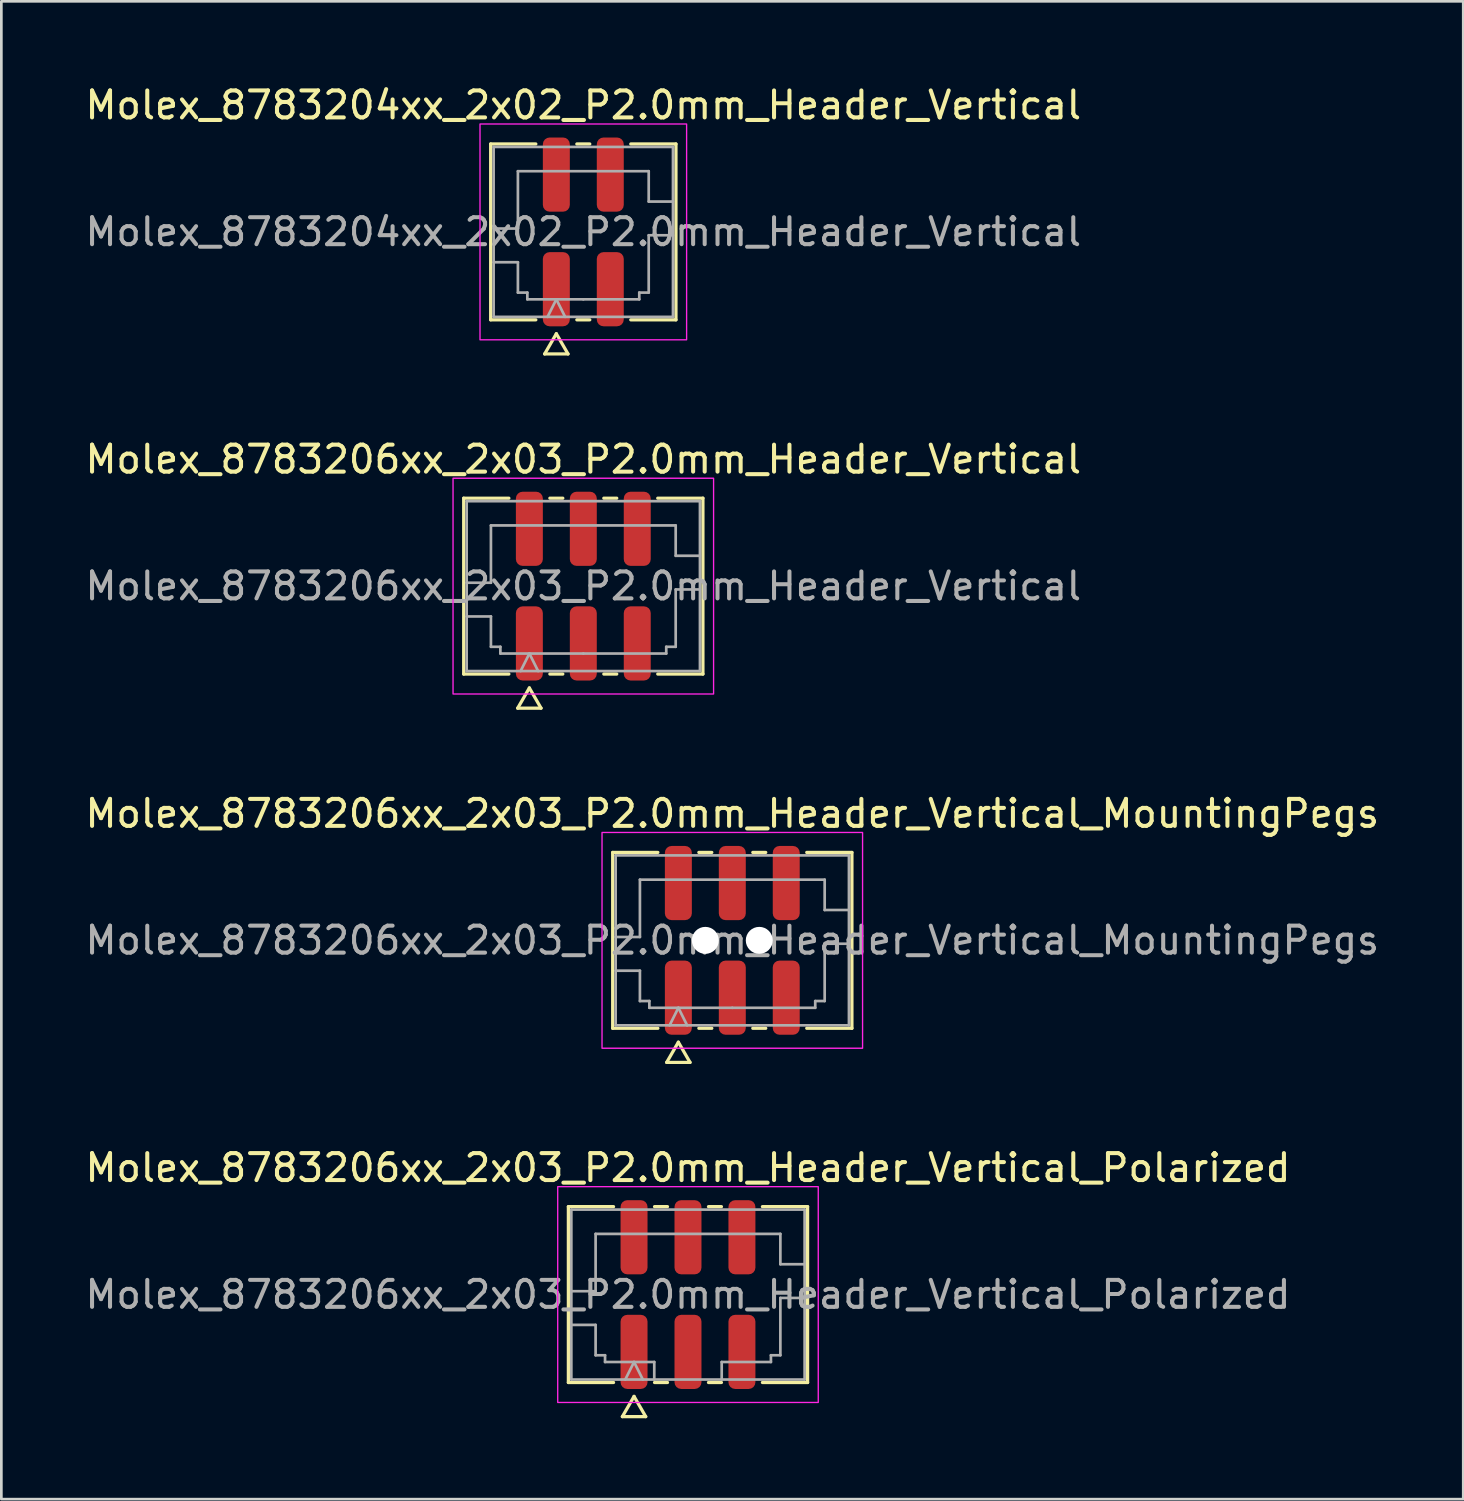
<source format=kicad_pcb>
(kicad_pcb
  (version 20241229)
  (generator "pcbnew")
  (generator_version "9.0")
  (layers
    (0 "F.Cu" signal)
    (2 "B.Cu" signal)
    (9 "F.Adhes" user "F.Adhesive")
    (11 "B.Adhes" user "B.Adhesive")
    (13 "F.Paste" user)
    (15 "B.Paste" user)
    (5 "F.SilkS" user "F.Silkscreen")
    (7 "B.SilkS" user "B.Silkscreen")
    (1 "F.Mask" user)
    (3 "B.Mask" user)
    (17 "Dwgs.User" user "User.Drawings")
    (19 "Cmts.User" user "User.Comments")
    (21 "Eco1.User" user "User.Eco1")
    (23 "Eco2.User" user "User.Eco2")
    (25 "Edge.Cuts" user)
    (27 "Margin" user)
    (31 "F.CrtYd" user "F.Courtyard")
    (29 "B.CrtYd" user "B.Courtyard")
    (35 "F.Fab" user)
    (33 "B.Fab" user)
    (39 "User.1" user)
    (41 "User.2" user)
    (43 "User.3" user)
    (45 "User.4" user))
  (footprint "Molex_8783206xx_2x03_P2.0mm_Header_Vertical"
    (layer "F.Cu")
    (at 18.577 18.681)
    (property "Reference" "Molex_8783206xx_2x03_P2.0mm_Header_Vertical" (at 0 -4.7 0) (layer "F.SilkS") (effects (font (size 1 1) (thickness 0.15))))
    (attr smd)
    (fp_line (start -4.435 -3.26) (end -2.76 -3.26) (stroke (width 0.12) (type solid)) (layer "F.SilkS"))
    (fp_line (start -4.435 3.26) (end -4.435 -3.26) (stroke (width 0.12) (type solid)) (layer "F.SilkS"))
    (fp_line (start -2.76 3.26) (end -4.435 3.26) (stroke (width 0.12) (type solid)) (layer "F.SilkS"))
    (fp_line (start -2.433 4.525) (end -2 3.775) (stroke (width 0.12) (type solid)) (layer "F.SilkS"))
    (fp_line (start -2 3.775) (end -1.567 4.525) (stroke (width 0.12) (type solid)) (layer "F.SilkS"))
    (fp_line (start -1.567 4.525) (end -2.433 4.525) (stroke (width 0.12) (type solid)) (layer "F.SilkS"))
    (fp_line (start -1.24 -3.26) (end -0.76 -3.26) (stroke (width 0.12) (type solid)) (layer "F.SilkS"))
    (fp_line (start -0.76 3.26) (end -1.24 3.26) (stroke (width 0.12) (type solid)) (layer "F.SilkS"))
    (fp_line (start 0.76 -3.26) (end 1.24 -3.26) (stroke (width 0.12) (type solid)) (layer "F.SilkS"))
    (fp_line (start 1.24 3.26) (end 0.76 3.26) (stroke (width 0.12) (type solid)) (layer "F.SilkS"))
    (fp_line (start 2.76 -3.26) (end 4.435 -3.26) (stroke (width 0.12) (type solid)) (layer "F.SilkS"))
    (fp_line (start 4.435 -3.26) (end 4.435 3.26) (stroke (width 0.12) (type solid)) (layer "F.SilkS"))
    (fp_line (start 4.435 3.26) (end 2.76 3.26) (stroke (width 0.12) (type solid)) (layer "F.SilkS"))
    (fp_rect (start -4.83 -4) (end 4.83 4) (stroke (width 0.05) (type solid)) (fill no) (layer "F.CrtYd"))
    (fp_line (start -4.325 -3.15) (end 4.325 -3.15) (stroke (width 0.1) (type solid)) (layer "F.Fab"))
    (fp_line (start -4.325 -0.125) (end -3.425 -0.125) (stroke (width 0.1) (type solid)) (layer "F.Fab"))
    (fp_line (start -4.325 1.125) (end -3.425 1.125) (stroke (width 0.1) (type solid)) (layer "F.Fab"))
    (fp_line (start -4.325 3.15) (end -4.325 -3.15) (stroke (width 0.1) (type solid)) (layer "F.Fab"))
    (fp_line (start -3.425 -2.25) (end 3.425 -2.25) (stroke (width 0.1) (type solid)) (layer "F.Fab"))
    (fp_line (start -3.425 -0.125) (end -3.425 -2.25) (stroke (width 0.1) (type solid)) (layer "F.Fab"))
    (fp_line (start -3.425 1.125) (end -3.425 2.25) (stroke (width 0.1) (type solid)) (layer "F.Fab"))
    (fp_line (start -3.425 2.25) (end -3.075 2.25) (stroke (width 0.1) (type solid)) (layer "F.Fab"))
    (fp_line (start -3.075 2.25) (end -3.075 2.5) (stroke (width 0.1) (type solid)) (layer "F.Fab"))
    (fp_line (start -3.075 2.5) (end 0 2.5) (stroke (width 0.1) (type solid)) (layer "F.Fab"))
    (fp_line (start -2.325 3.15) (end -2 2.5) (stroke (width 0.1) (type solid)) (layer "F.Fab"))
    (fp_line (start -2 2.5) (end -1.675 3.15) (stroke (width 0.1) (type solid)) (layer "F.Fab"))
    (fp_line (start 0 2.5) (end 3.075 2.5) (stroke (width 0.1) (type solid)) (layer "F.Fab"))
    (fp_line (start 3.075 2.25) (end 3.425 2.25) (stroke (width 0.1) (type solid)) (layer "F.Fab"))
    (fp_line (start 3.075 2.5) (end 3.075 2.25) (stroke (width 0.1) (type solid)) (layer "F.Fab"))
    (fp_line (start 3.425 -2.25) (end 3.425 -1.125) (stroke (width 0.1) (type solid)) (layer "F.Fab"))
    (fp_line (start 3.425 -1.125) (end 4.325 -1.125) (stroke (width 0.1) (type solid)) (layer "F.Fab"))
    (fp_line (start 3.425 0.125) (end 4.325 0.125) (stroke (width 0.1) (type solid)) (layer "F.Fab"))
    (fp_line (start 3.425 2.25) (end 3.425 0.125) (stroke (width 0.1) (type solid)) (layer "F.Fab"))
    (fp_line (start 4.325 -3.15) (end 4.325 3.15) (stroke (width 0.1) (type solid)) (layer "F.Fab"))
    (fp_line (start 4.325 3.15) (end -4.325 3.15) (stroke (width 0.1) (type solid)) (layer "F.Fab"))
    (fp_text user "${REFERENCE}" (at 0 0 0) (layer "F.Fab") (effects (font (size 1 1) (thickness 0.15))))
    (pad "1" smd roundrect (at -2 2.125) (size 1 2.75) (layers "F.Cu" "F.Mask" "F.Paste") (roundrect_rratio 0.25))
    (pad "2" smd roundrect (at -2 -2.125) (size 1 2.75) (layers "F.Cu" "F.Mask" "F.Paste") (roundrect_rratio 0.25))
    (pad "3" smd roundrect (at 0 2.125) (size 1 2.75) (layers "F.Cu" "F.Mask" "F.Paste") (roundrect_rratio 0.25))
    (pad "4" smd roundrect (at 0 -2.125) (size 1 2.75) (layers "F.Cu" "F.Mask" "F.Paste") (roundrect_rratio 0.25))
    (pad "5" smd roundrect (at 2 2.125) (size 1 2.75) (layers "F.Cu" "F.Mask" "F.Paste") (roundrect_rratio 0.25))
    (pad "6" smd roundrect (at 2 -2.125) (size 1 2.75) (layers "F.Cu" "F.Mask" "F.Paste") (roundrect_rratio 0.25)))
  (footprint "Molex_8783204xx_2x02_P2.0mm_Header_Vertical"
    (layer "F.Cu")
    (at 18.577 5.548)
    (property "Reference" "Molex_8783204xx_2x02_P2.0mm_Header_Vertical" (at 0 -4.7 0) (layer "F.SilkS") (effects (font (size 1 1) (thickness 0.15))))
    (attr smd)
    (fp_line (start -3.435 -3.26) (end -1.76 -3.26) (stroke (width 0.12) (type solid)) (layer "F.SilkS"))
    (fp_line (start -3.435 3.26) (end -3.435 -3.26) (stroke (width 0.12) (type solid)) (layer "F.SilkS"))
    (fp_line (start -1.76 3.26) (end -3.435 3.26) (stroke (width 0.12) (type solid)) (layer "F.SilkS"))
    (fp_line (start -1.433 4.525) (end -1 3.775) (stroke (width 0.12) (type solid)) (layer "F.SilkS"))
    (fp_line (start -1 3.775) (end -0.567 4.525) (stroke (width 0.12) (type solid)) (layer "F.SilkS"))
    (fp_line (start -0.567 4.525) (end -1.433 4.525) (stroke (width 0.12) (type solid)) (layer "F.SilkS"))
    (fp_line (start -0.24 -3.26) (end 0.24 -3.26) (stroke (width 0.12) (type solid)) (layer "F.SilkS"))
    (fp_line (start 0.24 3.26) (end -0.24 3.26) (stroke (width 0.12) (type solid)) (layer "F.SilkS"))
    (fp_line (start 1.76 -3.26) (end 3.435 -3.26) (stroke (width 0.12) (type solid)) (layer "F.SilkS"))
    (fp_line (start 3.435 -3.26) (end 3.435 3.26) (stroke (width 0.12) (type solid)) (layer "F.SilkS"))
    (fp_line (start 3.435 3.26) (end 1.76 3.26) (stroke (width 0.12) (type solid)) (layer "F.SilkS"))
    (fp_rect (start -3.83 -4) (end 3.83 4) (stroke (width 0.05) (type solid)) (fill no) (layer "F.CrtYd"))
    (fp_line (start -3.325 -3.15) (end 3.325 -3.15) (stroke (width 0.1) (type solid)) (layer "F.Fab"))
    (fp_line (start -3.325 -0.125) (end -2.425 -0.125) (stroke (width 0.1) (type solid)) (layer "F.Fab"))
    (fp_line (start -3.325 1.125) (end -2.425 1.125) (stroke (width 0.1) (type solid)) (layer "F.Fab"))
    (fp_line (start -3.325 3.15) (end -3.325 -3.15) (stroke (width 0.1) (type solid)) (layer "F.Fab"))
    (fp_line (start -2.425 -2.25) (end 2.425 -2.25) (stroke (width 0.1) (type solid)) (layer "F.Fab"))
    (fp_line (start -2.425 -0.125) (end -2.425 -2.25) (stroke (width 0.1) (type solid)) (layer "F.Fab"))
    (fp_line (start -2.425 1.125) (end -2.425 2.25) (stroke (width 0.1) (type solid)) (layer "F.Fab"))
    (fp_line (start -2.425 2.25) (end -2.075 2.25) (stroke (width 0.1) (type solid)) (layer "F.Fab"))
    (fp_line (start -2.075 2.25) (end -2.075 2.5) (stroke (width 0.1) (type solid)) (layer "F.Fab"))
    (fp_line (start -2.075 2.5) (end 0 2.5) (stroke (width 0.1) (type solid)) (layer "F.Fab"))
    (fp_line (start -1.325 3.15) (end -1 2.5) (stroke (width 0.1) (type solid)) (layer "F.Fab"))
    (fp_line (start -1 2.5) (end -0.675 3.15) (stroke (width 0.1) (type solid)) (layer "F.Fab"))
    (fp_line (start 0 2.5) (end 2.075 2.5) (stroke (width 0.1) (type solid)) (layer "F.Fab"))
    (fp_line (start 2.075 2.25) (end 2.425 2.25) (stroke (width 0.1) (type solid)) (layer "F.Fab"))
    (fp_line (start 2.075 2.5) (end 2.075 2.25) (stroke (width 0.1) (type solid)) (layer "F.Fab"))
    (fp_line (start 2.425 -2.25) (end 2.425 -1.125) (stroke (width 0.1) (type solid)) (layer "F.Fab"))
    (fp_line (start 2.425 -1.125) (end 3.325 -1.125) (stroke (width 0.1) (type solid)) (layer "F.Fab"))
    (fp_line (start 2.425 0.125) (end 3.325 0.125) (stroke (width 0.1) (type solid)) (layer "F.Fab"))
    (fp_line (start 2.425 2.25) (end 2.425 0.125) (stroke (width 0.1) (type solid)) (layer "F.Fab"))
    (fp_line (start 3.325 -3.15) (end 3.325 3.15) (stroke (width 0.1) (type solid)) (layer "F.Fab"))
    (fp_line (start 3.325 3.15) (end -3.325 3.15) (stroke (width 0.1) (type solid)) (layer "F.Fab"))
    (fp_text user "${REFERENCE}" (at 0 0 0) (layer "F.Fab") (effects (font (size 1 1) (thickness 0.15))))
    (pad "1" smd roundrect (at -1 2.125) (size 1 2.75) (layers "F.Cu" "F.Mask" "F.Paste") (roundrect_rratio 0.25))
    (pad "2" smd roundrect (at -1 -2.125) (size 1 2.75) (layers "F.Cu" "F.Mask" "F.Paste") (roundrect_rratio 0.25))
    (pad "3" smd roundrect (at 1 2.125) (size 1 2.75) (layers "F.Cu" "F.Mask" "F.Paste") (roundrect_rratio 0.25))
    (pad "4" smd roundrect (at 1 -2.125) (size 1 2.75) (layers "F.Cu" "F.Mask" "F.Paste") (roundrect_rratio 0.25)))
  (footprint "Molex_8783206xx_2x03_P2.0mm_Header_Vertical_Polarized"
    (layer "F.Cu")
    (at 22.458 44.948)
    (property "Reference" "Molex_8783206xx_2x03_P2.0mm_Header_Vertical_Polarized" (at 0 -4.7 0) (layer "F.SilkS") (effects (font (size 1 1) (thickness 0.15))))
    (attr smd)
    (fp_line (start -4.435 -3.26) (end -2.76 -3.26) (stroke (width 0.12) (type solid)) (layer "F.SilkS"))
    (fp_line (start -4.435 3.26) (end -4.435 -3.26) (stroke (width 0.12) (type solid)) (layer "F.SilkS"))
    (fp_line (start -2.76 3.26) (end -4.435 3.26) (stroke (width 0.12) (type solid)) (layer "F.SilkS"))
    (fp_line (start -2.433 4.525) (end -2 3.775) (stroke (width 0.12) (type solid)) (layer "F.SilkS"))
    (fp_line (start -2 3.775) (end -1.567 4.525) (stroke (width 0.12) (type solid)) (layer "F.SilkS"))
    (fp_line (start -1.567 4.525) (end -2.433 4.525) (stroke (width 0.12) (type solid)) (layer "F.SilkS"))
    (fp_line (start -1.24 -3.26) (end -0.76 -3.26) (stroke (width 0.12) (type solid)) (layer "F.SilkS"))
    (fp_line (start -0.76 3.26) (end -1.24 3.26) (stroke (width 0.12) (type solid)) (layer "F.SilkS"))
    (fp_line (start 0.76 -3.26) (end 1.24 -3.26) (stroke (width 0.12) (type solid)) (layer "F.SilkS"))
    (fp_line (start 1.24 3.26) (end 0.76 3.26) (stroke (width 0.12) (type solid)) (layer "F.SilkS"))
    (fp_line (start 2.76 -3.26) (end 4.435 -3.26) (stroke (width 0.12) (type solid)) (layer "F.SilkS"))
    (fp_line (start 4.435 -3.26) (end 4.435 3.26) (stroke (width 0.12) (type solid)) (layer "F.SilkS"))
    (fp_line (start 4.435 3.26) (end 2.76 3.26) (stroke (width 0.12) (type solid)) (layer "F.SilkS"))
    (fp_rect (start -4.83 -4) (end 4.83 4) (stroke (width 0.05) (type solid)) (fill no) (layer "F.CrtYd"))
    (fp_line (start -4.325 -3.15) (end 4.325 -3.15) (stroke (width 0.1) (type solid)) (layer "F.Fab"))
    (fp_line (start -4.325 -0.125) (end -3.425 -0.125) (stroke (width 0.1) (type solid)) (layer "F.Fab"))
    (fp_line (start -4.325 1.125) (end -3.425 1.125) (stroke (width 0.1) (type solid)) (layer "F.Fab"))
    (fp_line (start -4.325 3.15) (end -4.325 -3.15) (stroke (width 0.1) (type solid)) (layer "F.Fab"))
    (fp_line (start -3.425 -2.25) (end 3.425 -2.25) (stroke (width 0.1) (type solid)) (layer "F.Fab"))
    (fp_line (start -3.425 -0.125) (end -3.425 -2.25) (stroke (width 0.1) (type solid)) (layer "F.Fab"))
    (fp_line (start -3.425 1.125) (end -3.425 2.25) (stroke (width 0.1) (type solid)) (layer "F.Fab"))
    (fp_line (start -3.425 2.25) (end -3.075 2.25) (stroke (width 0.1) (type solid)) (layer "F.Fab"))
    (fp_line (start -3.075 2.25) (end -3.075 2.5) (stroke (width 0.1) (type solid)) (layer "F.Fab"))
    (fp_line (start -3.075 2.5) (end -1.25 2.5) (stroke (width 0.1) (type solid)) (layer "F.Fab"))
    (fp_line (start -2.325 3.15) (end -2 2.5) (stroke (width 0.1) (type solid)) (layer "F.Fab"))
    (fp_line (start -2 2.5) (end -1.675 3.15) (stroke (width 0.1) (type solid)) (layer "F.Fab"))
    (fp_line (start -1.25 2.5) (end -1.25 3.15) (stroke (width 0.1) (type solid)) (layer "F.Fab"))
    (fp_line (start 1.25 2.5) (end 1.25 3.15) (stroke (width 0.1) (type solid)) (layer "F.Fab"))
    (fp_line (start 1.25 2.5) (end 3.075 2.5) (stroke (width 0.1) (type solid)) (layer "F.Fab"))
    (fp_line (start 3.075 2.25) (end 3.425 2.25) (stroke (width 0.1) (type solid)) (layer "F.Fab"))
    (fp_line (start 3.075 2.5) (end 3.075 2.25) (stroke (width 0.1) (type solid)) (layer "F.Fab"))
    (fp_line (start 3.425 -2.25) (end 3.425 -1.125) (stroke (width 0.1) (type solid)) (layer "F.Fab"))
    (fp_line (start 3.425 -1.125) (end 4.325 -1.125) (stroke (width 0.1) (type solid)) (layer "F.Fab"))
    (fp_line (start 3.425 0.125) (end 4.325 0.125) (stroke (width 0.1) (type solid)) (layer "F.Fab"))
    (fp_line (start 3.425 2.25) (end 3.425 0.125) (stroke (width 0.1) (type solid)) (layer "F.Fab"))
    (fp_line (start 4.325 -3.15) (end 4.325 3.15) (stroke (width 0.1) (type solid)) (layer "F.Fab"))
    (fp_line (start 4.325 3.15) (end -4.325 3.15) (stroke (width 0.1) (type solid)) (layer "F.Fab"))
    (fp_text user "${REFERENCE}" (at 0 0 0) (layer "F.Fab") (effects (font (size 1 1) (thickness 0.15))))
    (pad "1" smd roundrect (at -2 2.125) (size 1 2.75) (layers "F.Cu" "F.Mask" "F.Paste") (roundrect_rratio 0.25))
    (pad "2" smd roundrect (at -2 -2.125) (size 1 2.75) (layers "F.Cu" "F.Mask" "F.Paste") (roundrect_rratio 0.25))
    (pad "3" smd roundrect (at 0 2.125) (size 1 2.75) (layers "F.Cu" "F.Mask" "F.Paste") (roundrect_rratio 0.25))
    (pad "4" smd roundrect (at 0 -2.125) (size 1 2.75) (layers "F.Cu" "F.Mask" "F.Paste") (roundrect_rratio 0.25))
    (pad "5" smd roundrect (at 2 2.125) (size 1 2.75) (layers "F.Cu" "F.Mask" "F.Paste") (roundrect_rratio 0.25))
    (pad "6" smd roundrect (at 2 -2.125) (size 1 2.75) (layers "F.Cu" "F.Mask" "F.Paste") (roundrect_rratio 0.25)))
  (footprint "Molex_8783206xx_2x03_P2.0mm_Header_Vertical_MountingPegs"
    (layer "F.Cu")
    (at 24.101 31.815)
    (property "Reference" "Molex_8783206xx_2x03_P2.0mm_Header_Vertical_MountingPegs" (at 0 -4.7 0) (layer "F.SilkS") (effects (font (size 1 1) (thickness 0.15))))
    (attr smd)
    (fp_line (start -4.435 -3.26) (end -2.76 -3.26) (stroke (width 0.12) (type solid)) (layer "F.SilkS"))
    (fp_line (start -4.435 3.26) (end -4.435 -3.26) (stroke (width 0.12) (type solid)) (layer "F.SilkS"))
    (fp_line (start -2.76 3.26) (end -4.435 3.26) (stroke (width 0.12) (type solid)) (layer "F.SilkS"))
    (fp_line (start -2.433 4.525) (end -2 3.775) (stroke (width 0.12) (type solid)) (layer "F.SilkS"))
    (fp_line (start -2 3.775) (end -1.567 4.525) (stroke (width 0.12) (type solid)) (layer "F.SilkS"))
    (fp_line (start -1.567 4.525) (end -2.433 4.525) (stroke (width 0.12) (type solid)) (layer "F.SilkS"))
    (fp_line (start -1.24 -3.26) (end -0.76 -3.26) (stroke (width 0.12) (type solid)) (layer "F.SilkS"))
    (fp_line (start -0.76 3.26) (end -1.24 3.26) (stroke (width 0.12) (type solid)) (layer "F.SilkS"))
    (fp_line (start 0.76 -3.26) (end 1.24 -3.26) (stroke (width 0.12) (type solid)) (layer "F.SilkS"))
    (fp_line (start 1.24 3.26) (end 0.76 3.26) (stroke (width 0.12) (type solid)) (layer "F.SilkS"))
    (fp_line (start 2.76 -3.26) (end 4.435 -3.26) (stroke (width 0.12) (type solid)) (layer "F.SilkS"))
    (fp_line (start 4.435 -3.26) (end 4.435 3.26) (stroke (width 0.12) (type solid)) (layer "F.SilkS"))
    (fp_line (start 4.435 3.26) (end 2.76 3.26) (stroke (width 0.12) (type solid)) (layer "F.SilkS"))
    (fp_rect (start -4.83 -4) (end 4.83 4) (stroke (width 0.05) (type solid)) (fill no) (layer "F.CrtYd"))
    (fp_line (start -4.325 -3.15) (end 4.325 -3.15) (stroke (width 0.1) (type solid)) (layer "F.Fab"))
    (fp_line (start -4.325 -0.125) (end -3.425 -0.125) (stroke (width 0.1) (type solid)) (layer "F.Fab"))
    (fp_line (start -4.325 1.125) (end -3.425 1.125) (stroke (width 0.1) (type solid)) (layer "F.Fab"))
    (fp_line (start -4.325 3.15) (end -4.325 -3.15) (stroke (width 0.1) (type solid)) (layer "F.Fab"))
    (fp_line (start -3.425 -2.25) (end 3.425 -2.25) (stroke (width 0.1) (type solid)) (layer "F.Fab"))
    (fp_line (start -3.425 -0.125) (end -3.425 -2.25) (stroke (width 0.1) (type solid)) (layer "F.Fab"))
    (fp_line (start -3.425 1.125) (end -3.425 2.25) (stroke (width 0.1) (type solid)) (layer "F.Fab"))
    (fp_line (start -3.425 2.25) (end -3.075 2.25) (stroke (width 0.1) (type solid)) (layer "F.Fab"))
    (fp_line (start -3.075 2.25) (end -3.075 2.5) (stroke (width 0.1) (type solid)) (layer "F.Fab"))
    (fp_line (start -3.075 2.5) (end 0 2.5) (stroke (width 0.1) (type solid)) (layer "F.Fab"))
    (fp_line (start -2.325 3.15) (end -2 2.5) (stroke (width 0.1) (type solid)) (layer "F.Fab"))
    (fp_line (start -2 2.5) (end -1.675 3.15) (stroke (width 0.1) (type solid)) (layer "F.Fab"))
    (fp_line (start 0 2.5) (end 3.075 2.5) (stroke (width 0.1) (type solid)) (layer "F.Fab"))
    (fp_line (start 3.075 2.25) (end 3.425 2.25) (stroke (width 0.1) (type solid)) (layer "F.Fab"))
    (fp_line (start 3.075 2.5) (end 3.075 2.25) (stroke (width 0.1) (type solid)) (layer "F.Fab"))
    (fp_line (start 3.425 -2.25) (end 3.425 -1.125) (stroke (width 0.1) (type solid)) (layer "F.Fab"))
    (fp_line (start 3.425 -1.125) (end 4.325 -1.125) (stroke (width 0.1) (type solid)) (layer "F.Fab"))
    (fp_line (start 3.425 0.125) (end 4.325 0.125) (stroke (width 0.1) (type solid)) (layer "F.Fab"))
    (fp_line (start 3.425 2.25) (end 3.425 0.125) (stroke (width 0.1) (type solid)) (layer "F.Fab"))
    (fp_line (start 4.325 -3.15) (end 4.325 3.15) (stroke (width 0.1) (type solid)) (layer "F.Fab"))
    (fp_line (start 4.325 3.15) (end -4.325 3.15) (stroke (width 0.1) (type solid)) (layer "F.Fab"))
    (fp_text user "${REFERENCE}" (at 0 0 0) (layer "F.Fab") (effects (font (size 1 1) (thickness 0.15))))
    (pad "" np_thru_hole circle (at -1 0) (size 1 1) (drill 1) (layers "*.Cu" "*.Mask"))
    (pad "" np_thru_hole circle (at 1 0) (size 1 1) (drill 1) (layers "*.Cu" "*.Mask"))
    (pad "1" smd roundrect (at -2 2.125) (size 1 2.75) (layers "F.Cu" "F.Mask" "F.Paste") (roundrect_rratio 0.25))
    (pad "2" smd roundrect (at -2 -2.125) (size 1 2.75) (layers "F.Cu" "F.Mask" "F.Paste") (roundrect_rratio 0.25))
    (pad "3" smd roundrect (at 0 2.125) (size 1 2.75) (layers "F.Cu" "F.Mask" "F.Paste") (roundrect_rratio 0.25))
    (pad "4" smd roundrect (at 0 -2.125) (size 1 2.75) (layers "F.Cu" "F.Mask" "F.Paste") (roundrect_rratio 0.25))
    (pad "5" smd roundrect (at 2 2.125) (size 1 2.75) (layers "F.Cu" "F.Mask" "F.Paste") (roundrect_rratio 0.25))
    (pad "6" smd roundrect (at 2 -2.125) (size 1 2.75) (layers "F.Cu" "F.Mask" "F.Paste") (roundrect_rratio 0.25)))
  (gr_rect
    (start -3 -3)
    (end 51.202 52.533)
    (stroke (width 0.1) (type default))
    (fill no)
    (layer "Edge.Cuts")))
</source>
